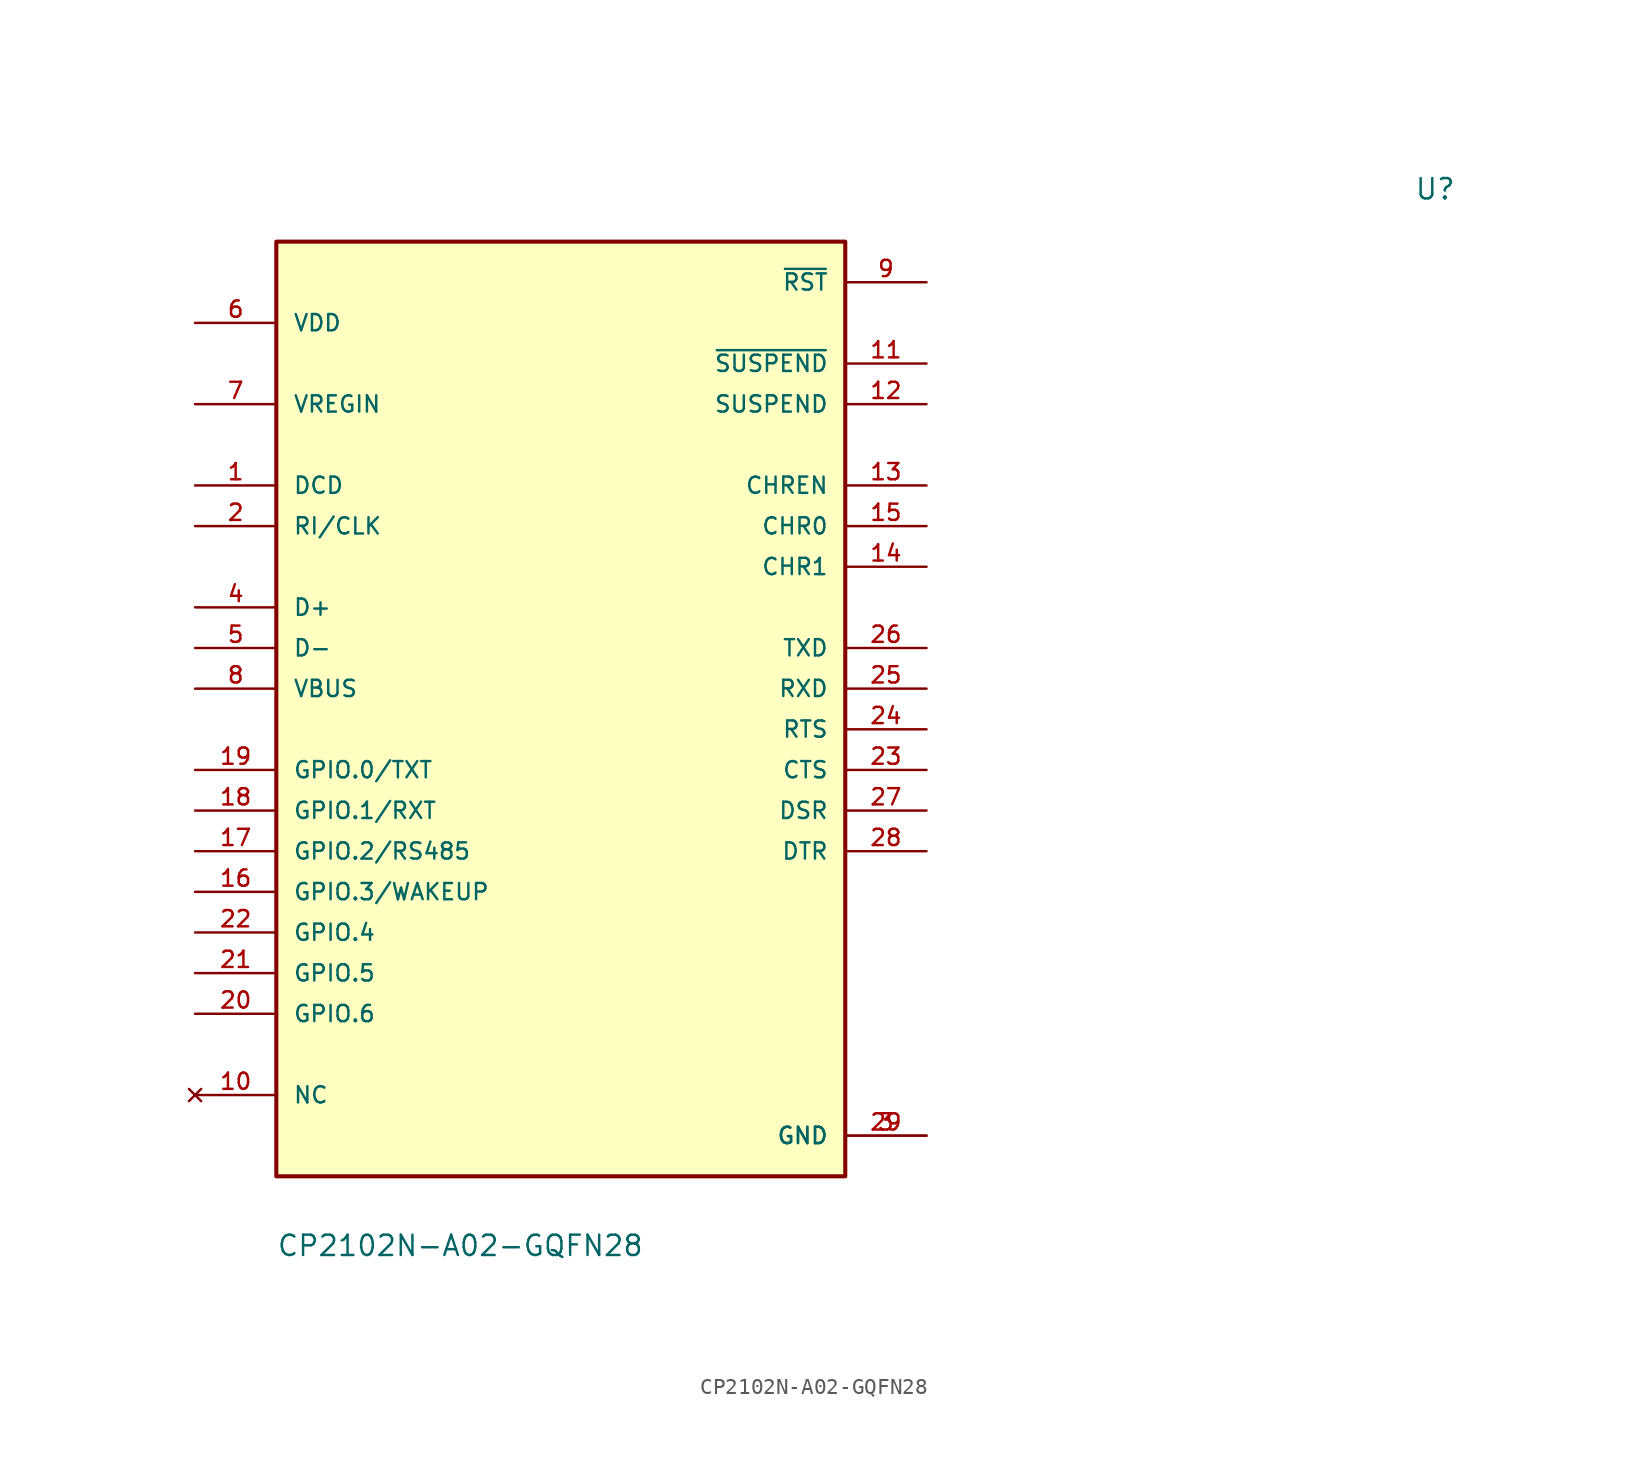
<source format=kicad_sym>
(kicad_symbol_lib
  (version 20231120)
  (generator "kicad_symbol_editor")
  (generator_version "8.0")
  (symbol "CP2102N-A02-GQFN28"
    (pin_names
      (offset 1.016))
    (property "Reference" "U"
      (at 53.34 33.02 0)
      (effects (font (size 1.27 1.27)) (justify left bottom)))
    (property "Value" "CP2102N-A02-GQFN28"
      (at -17.78 -33.02 0)
      (effects (font (size 1.27 1.27)) (justify left bottom)))
    (symbol "CP2102N-A02-GQFN28_0_0"
      (rectangle (start -17.78 -27.94) (end 17.78 30.48) (stroke (width 0.254) (type default)) (fill (type background)))
      (pin input line (at -22.86 15.24 0) (length 5.08) (name "DCD" (effects (font (size 1.016 1.016)))) (number "1" (effects (font (size 1.016 1.016)))))
      (pin no_connect line (at -22.86 -22.86 0) (length 5.08) (name "NC" (effects (font (size 1.016 1.016)))) (number "10" (effects (font (size 1.016 1.016)))))
      (pin output line (at 22.86 22.86 180) (length 5.08) (name "~{SUSPEND}" (effects (font (size 1.016 1.016)))) (number "11" (effects (font (size 1.016 1.016)))))
      (pin output line (at 22.86 20.32 180) (length 5.08) (name "SUSPEND" (effects (font (size 1.016 1.016)))) (number "12" (effects (font (size 1.016 1.016)))))
      (pin output line (at 22.86 15.24 180) (length 5.08) (name "CHREN" (effects (font (size 1.016 1.016)))) (number "13" (effects (font (size 1.016 1.016)))))
      (pin output line (at 22.86 10.16 180) (length 5.08) (name "CHR1" (effects (font (size 1.016 1.016)))) (number "14" (effects (font (size 1.016 1.016)))))
      (pin output line (at 22.86 12.7 180) (length 5.08) (name "CHR0" (effects (font (size 1.016 1.016)))) (number "15" (effects (font (size 1.016 1.016)))))
      (pin bidirectional line (at -22.86 -10.16 0) (length 5.08) (name "GPIO.3/WAKEUP" (effects (font (size 1.016 1.016)))) (number "16" (effects (font (size 1.016 1.016)))))
      (pin bidirectional line (at -22.86 -7.62 0) (length 5.08) (name "GPIO.2/RS485" (effects (font (size 1.016 1.016)))) (number "17" (effects (font (size 1.016 1.016)))))
      (pin bidirectional line (at -22.86 -5.08 0) (length 5.08) (name "GPIO.1/RXT" (effects (font (size 1.016 1.016)))) (number "18" (effects (font (size 1.016 1.016)))))
      (pin bidirectional line (at -22.86 -2.54 0) (length 5.08) (name "GPIO.0/TXT" (effects (font (size 1.016 1.016)))) (number "19" (effects (font (size 1.016 1.016)))))
      (pin bidirectional line (at -22.86 12.7 0) (length 5.08) (name "RI/CLK" (effects (font (size 1.016 1.016)))) (number "2" (effects (font (size 1.016 1.016)))))
      (pin bidirectional line (at -22.86 -17.78 0) (length 5.08) (name "GPIO.6" (effects (font (size 1.016 1.016)))) (number "20" (effects (font (size 1.016 1.016)))))
      (pin bidirectional line (at -22.86 -15.24 0) (length 5.08) (name "GPIO.5" (effects (font (size 1.016 1.016)))) (number "21" (effects (font (size 1.016 1.016)))))
      (pin bidirectional line (at -22.86 -12.7 0) (length 5.08) (name "GPIO.4" (effects (font (size 1.016 1.016)))) (number "22" (effects (font (size 1.016 1.016)))))
      (pin input line (at 22.86 -2.54 180) (length 5.08) (name "CTS" (effects (font (size 1.016 1.016)))) (number "23" (effects (font (size 1.016 1.016)))))
      (pin output line (at 22.86 0 180) (length 5.08) (name "RTS" (effects (font (size 1.016 1.016)))) (number "24" (effects (font (size 1.016 1.016)))))
      (pin input line (at 22.86 2.54 180) (length 5.08) (name "RXD" (effects (font (size 1.016 1.016)))) (number "25" (effects (font (size 1.016 1.016)))))
      (pin output line (at 22.86 5.08 180) (length 5.08) (name "TXD" (effects (font (size 1.016 1.016)))) (number "26" (effects (font (size 1.016 1.016)))))
      (pin input line (at 22.86 -5.08 180) (length 5.08) (name "DSR" (effects (font (size 1.016 1.016)))) (number "27" (effects (font (size 1.016 1.016)))))
      (pin output line (at 22.86 -7.62 180) (length 5.08) (name "DTR" (effects (font (size 1.016 1.016)))) (number "28" (effects (font (size 1.016 1.016)))))
      (pin power_in line (at 22.86 -25.4 180) (length 5.08) (name "GND" (effects (font (size 1.016 1.016)))) (number "29" (effects (font (size 1.016 1.016)))))
      (pin power_in line (at 22.86 -25.4 180) (length 5.08) (name "GND" (effects (font (size 1.016 1.016)))) (number "3" (effects (font (size 1.016 1.016)))))
      (pin bidirectional line (at -22.86 7.62 0) (length 5.08) (name "D+" (effects (font (size 1.016 1.016)))) (number "4" (effects (font (size 1.016 1.016)))))
      (pin bidirectional line (at -22.86 5.08 0) (length 5.08) (name "D-" (effects (font (size 1.016 1.016)))) (number "5" (effects (font (size 1.016 1.016)))))
      (pin power_in line (at -22.86 25.4 0) (length 5.08) (name "VDD" (effects (font (size 1.016 1.016)))) (number "6" (effects (font (size 1.016 1.016)))))
      (pin input line (at -22.86 20.32 0) (length 5.08) (name "VREGIN" (effects (font (size 1.016 1.016)))) (number "7" (effects (font (size 1.016 1.016)))))
      (pin input line (at -22.86 2.54 0) (length 5.08) (name "VBUS" (effects (font (size 1.016 1.016)))) (number "8" (effects (font (size 1.016 1.016)))))
      (pin input line (at 22.86 27.94 180) (length 5.08) (name "~{RST}" (effects (font (size 1.016 1.016)))) (number "9" (effects (font (size 1.016 1.016))))))))
</source>
